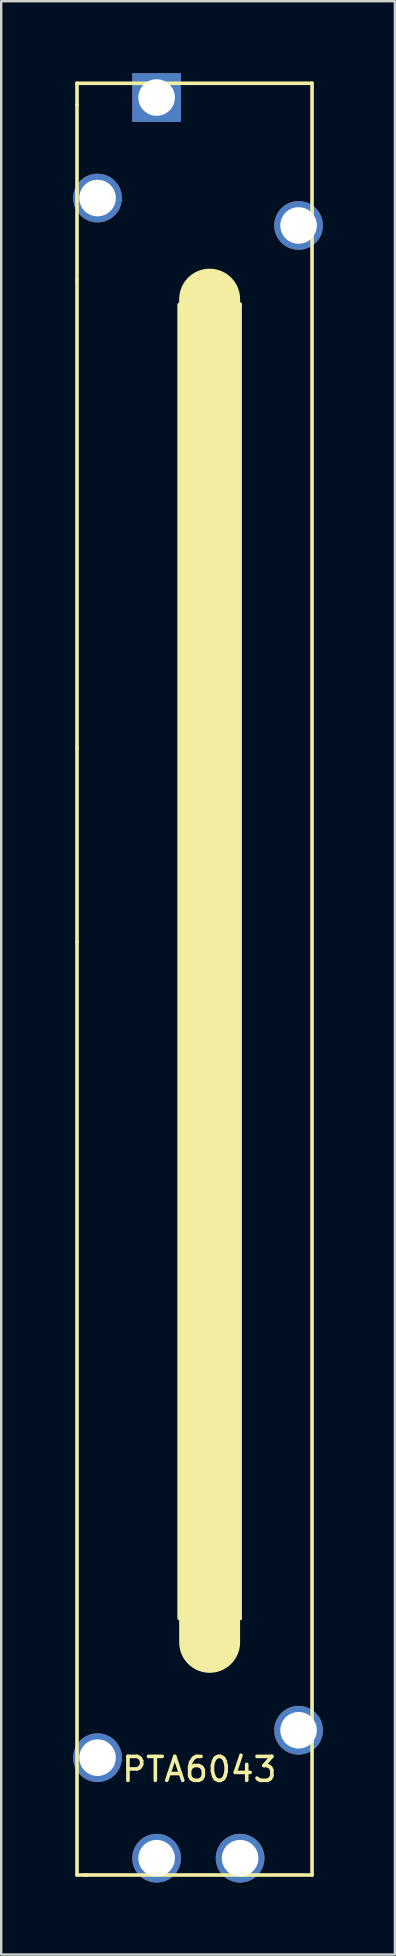
<source format=kicad_pcb>
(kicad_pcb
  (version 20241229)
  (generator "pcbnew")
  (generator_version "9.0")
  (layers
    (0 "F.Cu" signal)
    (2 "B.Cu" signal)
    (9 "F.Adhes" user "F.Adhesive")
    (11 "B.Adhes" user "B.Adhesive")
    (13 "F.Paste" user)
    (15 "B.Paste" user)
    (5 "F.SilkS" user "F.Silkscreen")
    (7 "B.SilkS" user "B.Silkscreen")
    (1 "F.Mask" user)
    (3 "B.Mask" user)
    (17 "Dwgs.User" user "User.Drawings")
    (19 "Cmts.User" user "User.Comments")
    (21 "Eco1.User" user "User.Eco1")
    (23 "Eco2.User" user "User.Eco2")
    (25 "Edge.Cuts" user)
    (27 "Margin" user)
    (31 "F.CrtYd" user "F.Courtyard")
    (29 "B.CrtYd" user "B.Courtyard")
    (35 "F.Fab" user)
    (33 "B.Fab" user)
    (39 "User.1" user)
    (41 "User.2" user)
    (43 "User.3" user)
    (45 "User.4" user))
  (footprint "PTA6043"
    (layer "F.Cu")
    (at 6.96 74.422)
    (property "Reference" "PTA6043" (at -1.7 -3.7 0) (layer "F.SilkS") (effects (font (size 1 1) (thickness 0.15))))
    (attr through_hole)
    (fp_line (start -6.8 -74) (end -6.8 -73.1) (stroke (width 0.15) (type solid)) (layer "F.SilkS"))
    (fp_line (start -6.8 -73.1) (end -6.8 -65.8) (stroke (width 0.15) (type solid)) (layer "F.SilkS"))
    (fp_line (start -6.8 -65.8) (end -6.8 -46.3) (stroke (width 0.15) (type solid)) (layer "F.SilkS"))
    (fp_line (start -6.8 -46.3) (end -6.8 -38.2) (stroke (width 0.15) (type solid)) (layer "F.SilkS"))
    (fp_line (start -6.8 -38.2) (end -6.8 0.7) (stroke (width 0.15) (type solid)) (layer "F.SilkS"))
    (fp_line (start -6.8 0.7) (end -6.4 0.7) (stroke (width 0.15) (type solid)) (layer "F.SilkS"))
    (fp_line (start -6.5 0.7) (end 3 0.7) (stroke (width 0.15) (type solid)) (layer "F.SilkS"))
    (fp_line (start -2.54 -64.77) (end -2.54 -10) (stroke (width 0.15) (type solid)) (layer "F.SilkS"))
    (fp_line (start -2.5 -64.8) (end 0 -64.8) (stroke (width 0.15) (type solid)) (layer "F.SilkS"))
    (fp_line (start -2.5 -10) (end 0 -10) (stroke (width 0.15) (type solid)) (layer "F.SilkS"))
    (fp_line (start -1.27 -9) (end -1.27 -65) (stroke (width 2.54) (type solid)) (layer "F.SilkS"))
    (fp_line (start 0 -64.77) (end 0 -10) (stroke (width 0.15) (type solid)) (layer "F.SilkS"))
    (fp_line (start 3 -74) (end -6.8 -74) (stroke (width 0.15) (type solid)) (layer "F.SilkS"))
    (fp_line (start 3 0.7) (end 3 -74) (stroke (width 0.15) (type solid)) (layer "F.SilkS"))
    (pad "1" thru_hole rect (at -3.48 -73.406) (size 2.032 2.032) (drill 1.524) (layers "*.Cu" "*.Mask"))
    (pad "2" thru_hole circle (at -3.48 0) (size 2.032 2.032) (drill 1.524) (layers "*.Cu" "*.Mask"))
    (pad "3" thru_hole circle (at 0 0) (size 2.032 2.032) (drill 1.524) (layers "*.Cu" "*.Mask"))
    (pad "4" thru_hole circle (at -5.944 -69.215) (size 2.032 2.032) (drill 1.524) (layers "*.Cu" "*.Mask"))
    (pad "5" thru_hole circle (at -5.944 -4.191) (size 2.032 2.032) (drill 1.524) (layers "*.Cu" "*.Mask"))
    (pad "6" thru_hole circle (at 2.438 -68.072) (size 2.032 2.032) (drill 1.524) (layers "*.Cu" "*.Mask"))
    (pad "7" thru_hole circle (at 2.438 -5.334) (size 2.032 2.032) (drill 1.524) (layers "*.Cu" "*.Mask")))
  (gr_rect
    (start -3 -3)
    (end 13.414 78.438)
    (stroke (width 0.1) (type default))
    (fill no)
    (layer "Edge.Cuts")))
</source>
